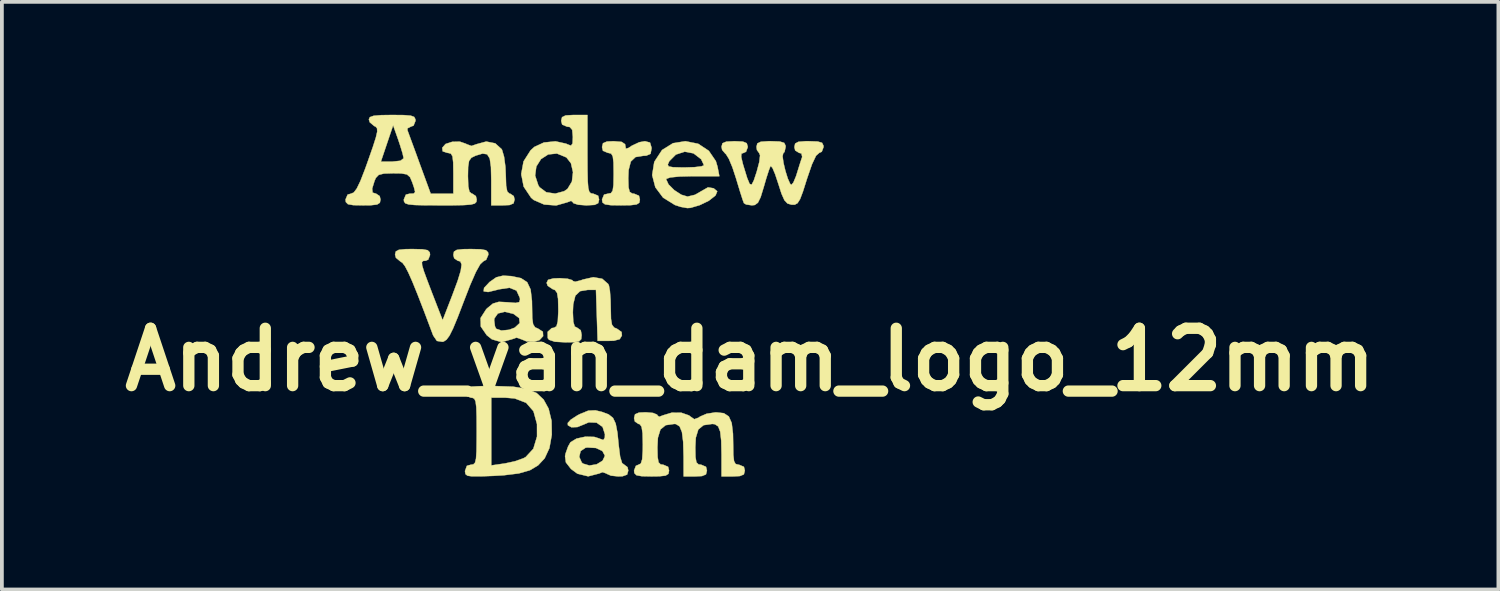
<source format=kicad_pcb>
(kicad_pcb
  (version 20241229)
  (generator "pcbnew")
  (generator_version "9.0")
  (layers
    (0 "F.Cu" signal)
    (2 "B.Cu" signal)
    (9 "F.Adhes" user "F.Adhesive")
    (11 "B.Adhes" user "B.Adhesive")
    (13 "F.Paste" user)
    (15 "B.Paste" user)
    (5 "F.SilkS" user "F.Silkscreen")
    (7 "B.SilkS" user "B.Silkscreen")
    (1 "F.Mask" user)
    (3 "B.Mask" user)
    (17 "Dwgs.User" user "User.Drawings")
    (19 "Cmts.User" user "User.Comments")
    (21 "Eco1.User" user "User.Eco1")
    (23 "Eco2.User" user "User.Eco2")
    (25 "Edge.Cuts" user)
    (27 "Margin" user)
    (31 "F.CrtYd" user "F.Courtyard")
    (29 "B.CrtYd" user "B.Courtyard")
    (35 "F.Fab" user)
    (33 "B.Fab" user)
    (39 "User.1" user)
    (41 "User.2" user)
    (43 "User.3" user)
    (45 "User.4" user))
  (footprint "Andrew_van_dam_logo_12mm"
    (layer "F.Cu")
    (at 12.48 4.806)
    (property "Reference" "Andrew_van_dam_logo_12mm" (at 4.4 1.7 0) (layer "F.SilkS") (effects (font (size 1.524 1.524) (thickness 0.3))))
    (attr through_hole)
    (fp_poly (pts (xy 1.74 -4.068) (xy 1.781 -3.93) (xy 1.781 -3.911) (xy 1.754 -3.769) (xy 1.64 -3.72) (xy 1.564 -3.717) (xy 1.354 -3.683) (xy 1.229 -3.564) (xy 1.171 -3.337) (xy 1.162 -3.121) (xy 1.169 -2.88) (xy 1.2 -2.757) (xy 1.269 -2.714) (xy 1.316 -2.71) (xy 1.446 -2.656) (xy 1.471 -2.555) (xy 1.456 -2.472) (xy 1.386 -2.425) (xy 1.227 -2.405) (xy 0.968 -2.401) (xy 0.696 -2.405) (xy 0.544 -2.427) (xy 0.478 -2.476) (xy 0.465 -2.555) (xy 0.519 -2.685) (xy 0.62 -2.71) (xy 0.701 -2.725) (xy 0.748 -2.791) (xy 0.769 -2.941) (xy 0.774 -3.209) (xy 0.774 -3.252) (xy 0.77 -3.537) (xy 0.751 -3.701) (xy 0.708 -3.775) (xy 0.632 -3.794) (xy 0.62 -3.795) (xy 0.49 -3.849) (xy 0.465 -3.949) (xy 0.491 -4.051) (xy 0.596 -4.096) (xy 0.774 -4.104) (xy 0.987 -4.086) (xy 1.077 -4.025) (xy 1.084 -3.984) (xy 1.098 -3.906) (xy 1.168 -3.925) (xy 1.256 -3.984) (xy 1.454 -4.077) (xy 1.605 -4.104) (xy 1.74 -4.068)) (stroke (width 0.01) (type solid)) (fill yes) (layer "F.SilkS"))
    (fp_poly (pts (xy 3.02 -4.036) (xy 3.302 -3.849) (xy 3.489 -3.575) (xy 3.533 -3.427) (xy 3.582 -3.175) (xy 2.875 -3.175) (xy 2.518 -3.166) (xy 2.278 -3.142) (xy 2.172 -3.104) (xy 2.168 -3.094) (xy 2.231 -2.957) (xy 2.383 -2.805) (xy 2.57 -2.683) (xy 2.737 -2.633) (xy 2.936 -2.681) (xy 3.108 -2.78) (xy 3.28 -2.878) (xy 3.428 -2.854) (xy 3.431 -2.853) (xy 3.526 -2.774) (xy 3.485 -2.673) (xy 3.47 -2.654) (xy 3.301 -2.522) (xy 3.056 -2.404) (xy 2.816 -2.334) (xy 2.732 -2.328) (xy 2.554 -2.36) (xy 2.401 -2.41) (xy 2.087 -2.605) (xy 1.881 -2.881) (xy 1.797 -3.204) (xy 1.841 -3.481) (xy 2.211 -3.481) (xy 2.236 -3.434) (xy 2.351 -3.413) (xy 2.584 -3.407) (xy 2.669 -3.407) (xy 2.926 -3.415) (xy 3.108 -3.437) (xy 3.174 -3.465) (xy 3.099 -3.625) (xy 2.903 -3.776) (xy 2.89 -3.783) (xy 2.659 -3.826) (xy 2.426 -3.749) (xy 2.252 -3.574) (xy 2.248 -3.566) (xy 2.211 -3.481) (xy 1.841 -3.481) (xy 1.851 -3.542) (xy 1.86 -3.566) (xy 2.06 -3.871) (xy 2.351 -4.052) (xy 2.681 -4.104) (xy 3.02 -4.036)) (stroke (width 0.01) (type solid)) (fill yes) (layer "F.SilkS"))
    (fp_poly (pts (xy -1.946 -0.52) (xy -1.689 -0.466) (xy -1.524 -0.358) (xy -1.433 -0.165) (xy -1.397 0.139) (xy -1.394 0.316) (xy -1.389 0.596) (xy -1.366 0.759) (xy -1.314 0.84) (xy -1.232 0.876) (xy -1.107 0.958) (xy -1.1 1.074) (xy -1.197 1.18) (xy -1.341 1.225) (xy -1.539 1.214) (xy -1.665 1.162) (xy -1.807 1.114) (xy -1.926 1.156) (xy -2.203 1.234) (xy -2.46 1.159) (xy -2.598 1.049) (xy -2.756 0.819) (xy -2.76 0.654) (xy -2.401 0.654) (xy -2.38 0.813) (xy -2.349 0.878) (xy -2.209 0.926) (xy -2.004 0.906) (xy -1.853 0.849) (xy -1.721 0.726) (xy -1.738 0.594) (xy -1.889 0.482) (xy -2.12 0.427) (xy -2.302 0.472) (xy -2.395 0.604) (xy -2.401 0.654) (xy -2.76 0.654) (xy -2.762 0.594) (xy -2.613 0.361) (xy -2.588 0.336) (xy -2.435 0.21) (xy -2.275 0.163) (xy -2.042 0.175) (xy -1.83 0.192) (xy -1.733 0.171) (xy -1.714 0.097) (xy -1.719 0.057) (xy -1.807 -0.136) (xy -1.995 -0.211) (xy -2.282 -0.168) (xy -2.317 -0.157) (xy -2.561 -0.098) (xy -2.68 -0.116) (xy -2.669 -0.207) (xy -2.522 -0.364) (xy -2.345 -0.488) (xy -2.165 -0.532) (xy -1.946 -0.52)) (stroke (width 0.01) (type solid)) (fill yes) (layer "F.SilkS"))
    (fp_poly (pts (xy -1.894 2.418) (xy -1.533 2.476) (xy -1.273 2.586) (xy -1.088 2.759) (xy -0.955 3) (xy -0.876 3.326) (xy -0.87 3.696) (xy -0.933 4.049) (xy -1.059 4.32) (xy -1.233 4.507) (xy -1.452 4.638) (xy -1.746 4.722) (xy -2.146 4.771) (xy -2.42 4.787) (xy -2.766 4.8) (xy -2.986 4.8) (xy -3.109 4.783) (xy -3.162 4.742) (xy -3.175 4.674) (xy -3.175 4.655) (xy -3.125 4.52) (xy -3.02 4.491) (xy -2.954 4.482) (xy -2.909 4.436) (xy -2.883 4.328) (xy -2.87 4.131) (xy -2.866 3.819) (xy -2.865 3.601) (xy -2.867 3.218) (xy -2.875 2.964) (xy -2.894 2.813) (xy -2.928 2.738) (xy -2.982 2.712) (xy -3.02 2.71) (xy -2.478 2.71) (xy -2.478 4.509) (xy -2.11 4.456) (xy -1.848 4.399) (xy -1.625 4.32) (xy -1.565 4.288) (xy -1.36 4.067) (xy -1.262 3.742) (xy -1.263 3.41) (xy -1.356 3.071) (xy -1.551 2.846) (xy -1.854 2.73) (xy -2.095 2.71) (xy -2.478 2.71) (xy -3.02 2.71) (xy -3.15 2.656) (xy -3.175 2.555) (xy -3.165 2.486) (xy -3.115 2.441) (xy -2.998 2.415) (xy -2.787 2.404) (xy -2.453 2.401) (xy -2.381 2.401) (xy -1.894 2.418)) (stroke (width 0.01) (type solid)) (fill yes) (layer "F.SilkS"))
    (fp_poly (pts (xy -2.76 -1.233) (xy -2.619 -1.208) (xy -2.563 -1.152) (xy -2.555 -1.09) (xy -2.613 -0.955) (xy -2.686 -0.915) (xy -2.77 -0.838) (xy -2.887 -0.629) (xy -3.039 -0.282) (xy -3.209 0.155) (xy -3.37 0.575) (xy -3.492 0.869) (xy -3.587 1.06) (xy -3.667 1.169) (xy -3.743 1.218) (xy -3.775 1.225) (xy -3.922 1.202) (xy -4.019 1.06) (xy -4.031 1.031) (xy -4.254 0.438) (xy -4.433 -0.025) (xy -4.574 -0.373) (xy -4.684 -0.62) (xy -4.769 -0.782) (xy -4.837 -0.873) (xy -4.894 -0.911) (xy -4.895 -0.911) (xy -5.011 -1.008) (xy -5.034 -1.093) (xy -5.014 -1.175) (xy -4.932 -1.219) (xy -4.752 -1.237) (xy -4.569 -1.239) (xy -4.309 -1.233) (xy -4.169 -1.209) (xy -4.113 -1.153) (xy -4.104 -1.084) (xy -4.153 -0.958) (xy -4.22 -0.929) (xy -4.287 -0.924) (xy -4.32 -0.891) (xy -4.315 -0.807) (xy -4.267 -0.647) (xy -4.171 -0.387) (xy -4.054 -0.081) (xy -3.77 0.651) (xy -3.516 -0.004) (xy -3.371 -0.394) (xy -3.289 -0.662) (xy -3.266 -0.828) (xy -3.299 -0.91) (xy -3.369 -0.929) (xy -3.463 -0.994) (xy -3.485 -1.084) (xy -3.468 -1.171) (xy -3.393 -1.217) (xy -3.226 -1.236) (xy -3.02 -1.239) (xy -2.76 -1.233)) (stroke (width 0.01) (type solid)) (fill yes) (layer "F.SilkS"))
    (fp_poly (pts (xy 0.471 -0.449) (xy 0.628 -0.311) (xy 0.648 -0.271) (xy 0.674 -0.128) (xy 0.692 0.113) (xy 0.697 0.346) (xy 0.703 0.617) (xy 0.729 0.771) (xy 0.786 0.847) (xy 0.859 0.876) (xy 0.984 0.964) (xy 0.993 1.059) (xy 0.934 1.155) (xy 0.782 1.196) (xy 0.657 1.2) (xy 0.348 1.2) (xy 0.326 0.523) (xy 0.304 -0.155) (xy 0.09 -0.155) (xy -0.119 -0.12) (xy -0.244 -0.001) (xy -0.301 0.229) (xy -0.31 0.441) (xy -0.299 0.693) (xy -0.26 0.82) (xy -0.194 0.852) (xy -0.1 0.919) (xy -0.077 1.045) (xy -0.088 1.156) (xy -0.147 1.214) (xy -0.29 1.236) (xy -0.506 1.239) (xy -0.789 1.223) (xy -0.942 1.172) (xy -0.977 1.127) (xy -0.98 0.96) (xy -0.871 0.861) (xy -0.809 0.852) (xy -0.745 0.813) (xy -0.71 0.681) (xy -0.697 0.426) (xy -0.697 0.358) (xy -0.703 0.083) (xy -0.729 -0.073) (xy -0.785 -0.15) (xy -0.852 -0.177) (xy -0.978 -0.262) (xy -1.007 -0.341) (xy -0.968 -0.421) (xy -0.83 -0.458) (xy -0.658 -0.465) (xy -0.45 -0.45) (xy -0.326 -0.413) (xy -0.31 -0.391) (xy -0.248 -0.37) (xy -0.094 -0.409) (xy -0.042 -0.429) (xy 0.234 -0.491) (xy 0.471 -0.449)) (stroke (width 0.01) (type solid)) (fill yes) (layer "F.SilkS"))
    (fp_poly (pts (xy 0.464 3.088) (xy 0.64 3.154) (xy 0.756 3.247) (xy 0.828 3.399) (xy 0.875 3.644) (xy 0.907 3.969) (xy 0.946 4.279) (xy 0.998 4.448) (xy 1.057 4.491) (xy 1.142 4.556) (xy 1.162 4.646) (xy 1.131 4.754) (xy 1.01 4.797) (xy 0.895 4.801) (xy 0.702 4.781) (xy 0.586 4.73) (xy 0.581 4.724) (xy 0.478 4.688) (xy 0.388 4.724) (xy 0.097 4.799) (xy -0.189 4.729) (xy -0.359 4.604) (xy -0.495 4.429) (xy -0.515 4.281) (xy -0.141 4.281) (xy -0.074 4.432) (xy -0.041 4.461) (xy 0.129 4.512) (xy 0.323 4.48) (xy 0.48 4.384) (xy 0.542 4.253) (xy 0.474 4.126) (xy 0.302 4.046) (xy 0.076 4.033) (xy 0.026 4.04) (xy -0.104 4.128) (xy -0.141 4.281) (xy -0.515 4.281) (xy -0.517 4.261) (xy -0.505 4.198) (xy -0.437 4.007) (xy -0.373 3.894) (xy -0.213 3.797) (xy 0.023 3.746) (xy 0.261 3.752) (xy 0.379 3.79) (xy 0.498 3.836) (xy 0.539 3.771) (xy 0.542 3.679) (xy 0.479 3.485) (xy 0.32 3.373) (xy 0.112 3.365) (xy -0.016 3.42) (xy -0.19 3.49) (xy -0.348 3.496) (xy -0.442 3.442) (xy -0.445 3.381) (xy -0.364 3.293) (xy -0.193 3.182) (xy -0.124 3.146) (xy 0.099 3.055) (xy 0.287 3.046) (xy 0.464 3.088)) (stroke (width 0.01) (type solid)) (fill yes) (layer "F.SilkS"))
    (fp_poly (pts (xy 0.077 -3.756) (xy 0.079 -3.336) (xy 0.085 -3.046) (xy 0.099 -2.863) (xy 0.126 -2.762) (xy 0.168 -2.72) (xy 0.229 -2.71) (xy 0.232 -2.71) (xy 0.362 -2.656) (xy 0.387 -2.555) (xy 0.364 -2.459) (xy 0.27 -2.413) (xy 0.064 -2.401) (xy 0.039 -2.401) (xy -0.169 -2.417) (xy -0.294 -2.457) (xy -0.31 -2.481) (xy -0.357 -2.521) (xy -0.46 -2.481) (xy -0.753 -2.398) (xy -1.072 -2.422) (xy -1.35 -2.543) (xy -1.42 -2.603) (xy -1.617 -2.898) (xy -1.674 -3.192) (xy -1.313 -3.192) (xy -1.228 -2.933) (xy -1.196 -2.882) (xy -1.017 -2.748) (xy -0.778 -2.712) (xy -0.541 -2.776) (xy -0.451 -2.839) (xy -0.335 -3.033) (xy -0.306 -3.281) (xy -0.361 -3.52) (xy -0.482 -3.674) (xy -0.733 -3.777) (xy -0.966 -3.753) (xy -1.157 -3.629) (xy -1.281 -3.433) (xy -1.313 -3.192) (xy -1.674 -3.192) (xy -1.682 -3.233) (xy -1.62 -3.568) (xy -1.432 -3.863) (xy -1.334 -3.952) (xy -1.079 -4.07) (xy -0.771 -4.101) (xy -0.488 -4.038) (xy -0.46 -4.024) (xy -0.36 -3.987) (xy -0.318 -4.044) (xy -0.31 -4.218) (xy -0.327 -4.406) (xy -0.393 -4.482) (xy -0.465 -4.491) (xy -0.594 -4.546) (xy -0.62 -4.646) (xy -0.597 -4.743) (xy -0.502 -4.789) (xy -0.296 -4.801) (xy -0.271 -4.801) (xy 0.077 -4.801) (xy 0.077 -3.756)) (stroke (width 0.01) (type solid)) (fill yes) (layer "F.SilkS"))
    (fp_poly (pts (xy 1.82 3.115) (xy 1.928 3.16) (xy 1.936 3.178) (xy 1.983 3.218) (xy 2.086 3.178) (xy 2.319 3.108) (xy 2.573 3.11) (xy 2.776 3.181) (xy 2.812 3.21) (xy 2.917 3.282) (xy 3.029 3.241) (xy 3.069 3.212) (xy 3.243 3.137) (xy 3.475 3.101) (xy 3.501 3.1) (xy 3.701 3.122) (xy 3.833 3.208) (xy 3.91 3.382) (xy 3.944 3.669) (xy 3.949 3.944) (xy 3.953 4.231) (xy 3.972 4.395) (xy 4.014 4.471) (xy 4.09 4.491) (xy 4.104 4.491) (xy 4.234 4.546) (xy 4.259 4.646) (xy 4.233 4.748) (xy 4.128 4.792) (xy 3.949 4.801) (xy 3.64 4.801) (xy 3.64 4.227) (xy 3.632 3.854) (xy 3.605 3.612) (xy 3.551 3.473) (xy 3.463 3.415) (xy 3.394 3.407) (xy 3.163 3.44) (xy 3.023 3.554) (xy 2.956 3.774) (xy 2.943 4.03) (xy 2.948 4.288) (xy 2.973 4.428) (xy 3.03 4.483) (xy 3.098 4.491) (xy 3.227 4.546) (xy 3.252 4.646) (xy 3.226 4.748) (xy 3.121 4.792) (xy 2.943 4.801) (xy 2.633 4.801) (xy 2.632 4.279) (xy 2.621 3.884) (xy 2.588 3.622) (xy 2.525 3.471) (xy 2.428 3.411) (xy 2.386 3.407) (xy 2.156 3.44) (xy 2.017 3.554) (xy 1.949 3.775) (xy 1.936 4.03) (xy 1.942 4.288) (xy 1.967 4.428) (xy 2.023 4.483) (xy 2.091 4.491) (xy 2.22 4.546) (xy 2.246 4.646) (xy 2.229 4.733) (xy 2.154 4.78) (xy 1.987 4.798) (xy 1.781 4.801) (xy 1.522 4.796) (xy 1.381 4.771) (xy 1.325 4.715) (xy 1.316 4.646) (xy 1.365 4.52) (xy 1.433 4.491) (xy 1.496 4.46) (xy 1.532 4.345) (xy 1.547 4.119) (xy 1.549 3.949) (xy 1.542 3.655) (xy 1.517 3.486) (xy 1.469 3.415) (xy 1.433 3.407) (xy 1.338 3.343) (xy 1.316 3.252) (xy 1.342 3.151) (xy 1.447 3.106) (xy 1.626 3.098) (xy 1.82 3.115)) (stroke (width 0.01) (type solid)) (fill yes) (layer "F.SilkS"))
    (fp_poly (pts (xy 4.206 -4.094) (xy 4.309 -4.052) (xy 4.336 -3.961) (xy 4.337 -3.949) (xy 4.291 -3.824) (xy 4.228 -3.795) (xy 4.169 -3.774) (xy 4.162 -3.689) (xy 4.206 -3.503) (xy 4.229 -3.427) (xy 4.321 -3.127) (xy 4.386 -2.97) (xy 4.44 -2.95) (xy 4.497 -3.06) (xy 4.574 -3.291) (xy 4.643 -3.551) (xy 4.664 -3.726) (xy 4.644 -3.782) (xy 4.581 -3.87) (xy 4.569 -3.956) (xy 4.591 -4.045) (xy 4.684 -4.09) (xy 4.883 -4.104) (xy 4.956 -4.104) (xy 5.189 -4.096) (xy 5.305 -4.06) (xy 5.342 -3.984) (xy 5.343 -3.956) (xy 5.314 -3.82) (xy 5.278 -3.782) (xy 5.262 -3.702) (xy 5.286 -3.529) (xy 5.337 -3.315) (xy 5.4 -3.113) (xy 5.462 -2.974) (xy 5.496 -2.943) (xy 5.55 -3.009) (xy 5.62 -3.177) (xy 5.646 -3.26) (xy 5.716 -3.485) (xy 5.772 -3.656) (xy 5.783 -3.686) (xy 5.763 -3.779) (xy 5.7 -3.795) (xy 5.597 -3.859) (xy 5.576 -3.949) (xy 5.596 -4.042) (xy 5.683 -4.089) (xy 5.873 -4.104) (xy 5.963 -4.104) (xy 6.195 -4.096) (xy 6.311 -4.062) (xy 6.348 -3.985) (xy 6.35 -3.949) (xy 6.303 -3.824) (xy 6.236 -3.795) (xy 6.15 -3.718) (xy 6.042 -3.489) (xy 5.911 -3.109) (xy 5.907 -3.096) (xy 5.804 -2.77) (xy 5.727 -2.566) (xy 5.659 -2.458) (xy 5.586 -2.418) (xy 5.5 -2.418) (xy 5.393 -2.449) (xy 5.311 -2.536) (xy 5.233 -2.711) (xy 5.147 -2.979) (xy 5.064 -3.228) (xy 4.993 -3.395) (xy 4.945 -3.448) (xy 4.941 -3.443) (xy 4.898 -3.334) (xy 4.83 -3.123) (xy 4.761 -2.885) (xy 4.679 -2.618) (xy 4.607 -2.471) (xy 4.524 -2.41) (xy 4.447 -2.401) (xy 4.294 -2.423) (xy 4.235 -2.459) (xy 4.199 -2.556) (xy 4.133 -2.762) (xy 4.049 -3.039) (xy 4.023 -3.125) (xy 3.929 -3.411) (xy 3.835 -3.636) (xy 3.758 -3.76) (xy 3.742 -3.772) (xy 3.656 -3.873) (xy 3.64 -3.958) (xy 3.665 -4.05) (xy 3.768 -4.093) (xy 3.986 -4.104) (xy 3.988 -4.104) (xy 4.206 -4.094)) (stroke (width 0.01) (type solid)) (fill yes) (layer "F.SilkS"))
    (fp_poly (pts (xy -4.802 -4.798) (xy -4.617 -4.783) (xy -4.525 -4.749) (xy -4.494 -4.687) (xy -4.491 -4.646) (xy -4.543 -4.518) (xy -4.616 -4.491) (xy -4.705 -4.445) (xy -4.704 -4.395) (xy -4.664 -4.285) (xy -4.583 -4.065) (xy -4.474 -3.769) (xy -4.378 -3.504) (xy -4.087 -2.71) (xy -3.485 -2.71) (xy -3.485 -3.252) (xy -3.489 -3.537) (xy -3.507 -3.7) (xy -3.55 -3.774) (xy -3.627 -3.794) (xy -3.645 -3.795) (xy -3.769 -3.836) (xy -3.78 -3.93) (xy -3.692 -4.031) (xy -3.516 -4.088) (xy -3.314 -4.093) (xy -3.147 -4.035) (xy -3.136 -4.027) (xy -3.004 -3.978) (xy -2.866 -4.026) (xy -2.612 -4.095) (xy -2.373 -4.048) (xy -2.203 -3.894) (xy -2.191 -3.872) (xy -2.138 -3.691) (xy -2.102 -3.421) (xy -2.092 -3.194) (xy -2.083 -2.918) (xy -2.053 -2.767) (xy -1.995 -2.712) (xy -1.975 -2.71) (xy -1.88 -2.646) (xy -1.859 -2.555) (xy -1.885 -2.454) (xy -1.99 -2.409) (xy -2.168 -2.401) (xy -2.478 -2.401) (xy -2.478 -3.061) (xy -2.486 -3.42) (xy -2.518 -3.645) (xy -2.588 -3.757) (xy -2.708 -3.776) (xy -2.89 -3.722) (xy -2.891 -3.722) (xy -3.006 -3.666) (xy -3.068 -3.581) (xy -3.093 -3.423) (xy -3.098 -3.177) (xy -3.089 -2.906) (xy -3.057 -2.761) (xy -2.996 -2.711) (xy -2.981 -2.71) (xy -2.887 -2.646) (xy -2.865 -2.555) (xy -2.874 -2.491) (xy -2.917 -2.448) (xy -3.02 -2.421) (xy -3.208 -2.407) (xy -3.505 -2.401) (xy -3.833 -2.401) (xy -4.235 -2.402) (xy -4.507 -2.409) (xy -4.674 -2.425) (xy -4.762 -2.455) (xy -4.796 -2.503) (xy -4.801 -2.555) (xy -4.746 -2.685) (xy -4.646 -2.71) (xy -4.537 -2.714) (xy -4.501 -2.755) (xy -4.53 -2.873) (xy -4.576 -3.009) (xy -4.636 -3.149) (xy -4.718 -3.222) (xy -4.869 -3.249) (xy -5.082 -3.252) (xy -5.329 -3.245) (xy -5.468 -3.21) (xy -5.544 -3.13) (xy -5.578 -3.054) (xy -5.643 -2.843) (xy -5.63 -2.738) (xy -5.537 -2.71) (xy -5.442 -2.646) (xy -5.421 -2.555) (xy -5.438 -2.469) (xy -5.512 -2.422) (xy -5.68 -2.403) (xy -5.885 -2.401) (xy -6.145 -2.406) (xy -6.285 -2.431) (xy -6.341 -2.487) (xy -6.35 -2.555) (xy -6.294 -2.686) (xy -6.206 -2.71) (xy -6.131 -2.741) (xy -6.051 -2.847) (xy -5.954 -3.048) (xy -5.83 -3.367) (xy -5.76 -3.562) (xy -5.411 -3.562) (xy -5.106 -3.562) (xy -4.89 -3.585) (xy -4.807 -3.65) (xy -4.807 -3.659) (xy -4.835 -3.783) (xy -4.9 -3.996) (xy -4.949 -4.142) (xy -5.085 -4.527) (xy -5.248 -4.045) (xy -5.411 -3.562) (xy -5.76 -3.562) (xy -5.753 -3.582) (xy -5.624 -3.951) (xy -5.544 -4.201) (xy -5.508 -4.357) (xy -5.512 -4.445) (xy -5.551 -4.491) (xy -5.588 -4.508) (xy -5.706 -4.607) (xy -5.73 -4.683) (xy -5.703 -4.743) (xy -5.602 -4.78) (xy -5.4 -4.797) (xy -5.111 -4.801) (xy -4.802 -4.798)) (stroke (width 0.01) (type solid)) (fill yes) (layer "F.SilkS")))
  (gr_rect
    (start -3 -3)
    (end 36.76 12.612)
    (stroke (width 0.1) (type default))
    (fill no)
    (layer "Edge.Cuts")))
</source>
